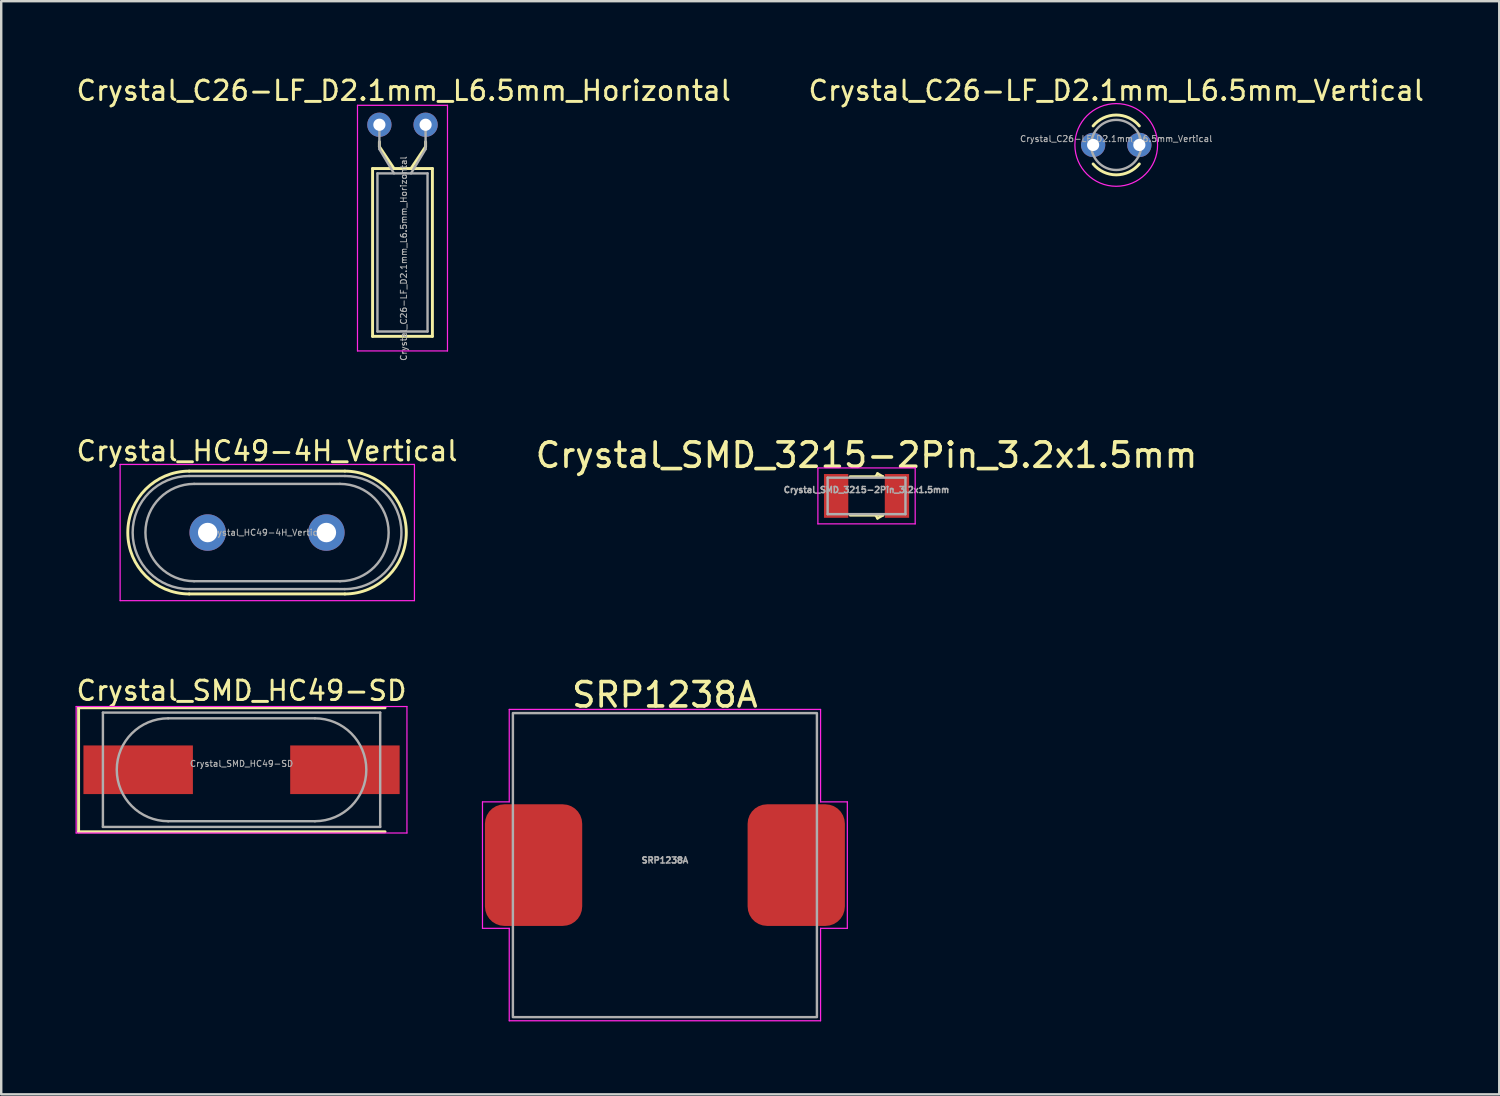
<source format=kicad_pcb>
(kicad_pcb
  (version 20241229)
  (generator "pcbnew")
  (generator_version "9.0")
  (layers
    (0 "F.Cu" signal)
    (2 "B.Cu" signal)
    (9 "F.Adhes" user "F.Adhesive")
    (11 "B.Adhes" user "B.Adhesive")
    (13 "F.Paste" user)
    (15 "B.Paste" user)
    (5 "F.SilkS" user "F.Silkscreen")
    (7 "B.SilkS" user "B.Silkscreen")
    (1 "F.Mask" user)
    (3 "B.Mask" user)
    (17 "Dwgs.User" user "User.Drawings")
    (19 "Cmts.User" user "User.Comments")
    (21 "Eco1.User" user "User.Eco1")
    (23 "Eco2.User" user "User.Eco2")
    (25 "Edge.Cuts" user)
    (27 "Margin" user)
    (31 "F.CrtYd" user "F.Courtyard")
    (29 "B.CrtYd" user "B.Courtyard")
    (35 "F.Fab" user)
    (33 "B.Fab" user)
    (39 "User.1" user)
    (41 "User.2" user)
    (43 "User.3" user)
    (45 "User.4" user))
  (footprint "Crystal_C26-LF_D2.1mm_L6.5mm_Vertical"
    (layer "F.Cu")
    (at 41.893 2.909)
    (property "Reference" "Crystal_C26-LF_D2.1mm_L6.5mm_Vertical" (at 0.95 -2.23 0) (layer "F.SilkS") (effects (font (size 0.8 0.8) (thickness 0.12))))
    (attr through_hole)
    (fp_arc (start 0 -0.781281) (mid 0.949655 -1.23) (end 1.899561 -0.781814) (stroke (width 0.12) (type solid)) (layer "F.SilkS"))
    (fp_arc (start 1.899561 0.781814) (mid 0.949655 1.23) (end 0 0.781281) (stroke (width 0.12) (type solid)) (layer "F.SilkS"))
    (fp_circle (center 0.95 0) (end 2.65 0) (stroke (width 0.05) (type solid)) (fill no) (layer "F.CrtYd"))
    (fp_circle (center 0.95 0) (end 1.98 0) (stroke (width 0.1) (type solid)) (fill no) (layer "F.Fab"))
    (fp_text user "${REFERENCE}" (at 0.95 -0.25 0) (layer "F.Fab") (effects (font (size 0.25 0.25) (thickness 0.04))))
    (pad "1" thru_hole circle (at 0 0) (size 1 1) (drill 0.5) (layers "*.Cu" "*.Mask"))
    (pad "2" thru_hole circle (at 1.9 0) (size 1 1) (drill 0.5) (layers "*.Cu" "*.Mask")))
  (footprint "Crystal_HC49-4H_Vertical"
    (layer "F.Cu")
    (at 5.489 18.845)
    (property "Reference" "Crystal_HC49-4H_Vertical" (at 2.44 -3.35 0) (layer "F.SilkS") (effects (font (size 0.8 0.8) (thickness 0.12))))
    (attr through_hole)
    (fp_line (start -0.76 -2.525) (end 5.64 -2.525) (stroke (width 0.12) (type solid)) (layer "F.SilkS"))
    (fp_line (start -0.76 2.525) (end 5.64 2.525) (stroke (width 0.12) (type solid)) (layer "F.SilkS"))
    (fp_arc (start -0.76 2.525) (mid -3.285 0) (end -0.76 -2.525) (stroke (width 0.12) (type solid)) (layer "F.SilkS"))
    (fp_arc (start 5.64 -2.525) (mid 8.165 0) (end 5.64 2.525) (stroke (width 0.12) (type solid)) (layer "F.SilkS"))
    (fp_line (start -3.6 -2.8) (end -3.6 2.8) (stroke (width 0.05) (type solid)) (layer "F.CrtYd"))
    (fp_line (start -3.6 2.8) (end 8.5 2.8) (stroke (width 0.05) (type solid)) (layer "F.CrtYd"))
    (fp_line (start 8.5 -2.8) (end -3.6 -2.8) (stroke (width 0.05) (type solid)) (layer "F.CrtYd"))
    (fp_line (start 8.5 2.8) (end 8.5 -2.8) (stroke (width 0.05) (type solid)) (layer "F.CrtYd"))
    (fp_line (start -0.76 -2.325) (end 5.64 -2.325) (stroke (width 0.1) (type solid)) (layer "F.Fab"))
    (fp_line (start -0.76 2.325) (end 5.64 2.325) (stroke (width 0.1) (type solid)) (layer "F.Fab"))
    (fp_line (start -0.56 -2) (end 5.44 -2) (stroke (width 0.1) (type solid)) (layer "F.Fab"))
    (fp_line (start -0.56 2) (end 5.44 2) (stroke (width 0.1) (type solid)) (layer "F.Fab"))
    (fp_arc (start -0.76 2.325) (mid -3.085 0) (end -0.76 -2.325) (stroke (width 0.1) (type solid)) (layer "F.Fab"))
    (fp_arc (start -0.56 2) (mid -2.56 0) (end -0.56 -2) (stroke (width 0.1) (type solid)) (layer "F.Fab"))
    (fp_arc (start 5.44 -2) (mid 7.44 0) (end 5.44 2) (stroke (width 0.1) (type solid)) (layer "F.Fab"))
    (fp_arc (start 5.64 -2.325) (mid 7.965 0) (end 5.64 2.325) (stroke (width 0.1) (type solid)) (layer "F.Fab"))
    (fp_text user "${REFERENCE}" (at 2.44 0 0) (layer "F.Fab") (effects (font (size 0.25 0.25) (thickness 0.04))))
    (pad "1" thru_hole circle (at 0 0) (size 1.5 1.5) (drill 0.8) (layers "*.Cu" "*.Mask"))
    (pad "2" thru_hole circle (at 4.88 0) (size 1.5 1.5) (drill 0.8) (layers "*.Cu" "*.Mask")))
  (footprint "Crystal_C26-LF_D2.1mm_L6.5mm_Horizontal"
    (layer "F.Cu")
    (at 12.548 2.079)
    (property "Reference" "Crystal_C26-LF_D2.1mm_L6.5mm_Horizontal" (at 1 -1.4 0) (layer "F.SilkS") (effects (font (size 0.8 0.8) (thickness 0.12))))
    (attr through_hole)
    (fp_line (start -0.28 1.8) (end -0.28 8.7) (stroke (width 0.12) (type solid)) (layer "F.SilkS"))
    (fp_line (start -0.28 8.7) (end 2.18 8.7) (stroke (width 0.12) (type solid)) (layer "F.SilkS"))
    (fp_line (start 0 0.9) (end 0 0.7) (stroke (width 0.12) (type solid)) (layer "F.SilkS"))
    (fp_line (start 0.6 1.8) (end 0 0.9) (stroke (width 0.12) (type solid)) (layer "F.SilkS"))
    (fp_line (start 1.3 1.8) (end 1.9 0.9) (stroke (width 0.12) (type solid)) (layer "F.SilkS"))
    (fp_line (start 1.9 0.9) (end 1.9 0.7) (stroke (width 0.12) (type solid)) (layer "F.SilkS"))
    (fp_line (start 2.18 1.8) (end -0.28 1.8) (stroke (width 0.12) (type solid)) (layer "F.SilkS"))
    (fp_line (start 2.18 8.7) (end 2.18 1.8) (stroke (width 0.12) (type solid)) (layer "F.SilkS"))
    (fp_line (start -0.9 -0.8) (end -0.9 9.3) (stroke (width 0.05) (type solid)) (layer "F.CrtYd"))
    (fp_line (start -0.9 9.3) (end 2.8 9.3) (stroke (width 0.05) (type solid)) (layer "F.CrtYd"))
    (fp_line (start 2.8 -0.8) (end -0.9 -0.8) (stroke (width 0.05) (type solid)) (layer "F.CrtYd"))
    (fp_line (start 2.8 9.3) (end 2.8 -0.8) (stroke (width 0.05) (type solid)) (layer "F.CrtYd"))
    (fp_line (start -0.08 2) (end -0.08 8.5) (stroke (width 0.1) (type solid)) (layer "F.Fab"))
    (fp_line (start -0.08 8.5) (end 1.98 8.5) (stroke (width 0.1) (type solid)) (layer "F.Fab"))
    (fp_line (start 0 1) (end 0 0) (stroke (width 0.1) (type solid)) (layer "F.Fab"))
    (fp_line (start 0.6 2) (end 0 1) (stroke (width 0.1) (type solid)) (layer "F.Fab"))
    (fp_line (start 1.3 2) (end 1.9 1) (stroke (width 0.1) (type solid)) (layer "F.Fab"))
    (fp_line (start 1.9 1) (end 1.9 0) (stroke (width 0.1) (type solid)) (layer "F.Fab"))
    (fp_line (start 1.98 2) (end -0.08 2) (stroke (width 0.1) (type solid)) (layer "F.Fab"))
    (fp_line (start 1.98 8.5) (end 1.98 2) (stroke (width 0.1) (type solid)) (layer "F.Fab"))
    (fp_text user "${REFERENCE}" (at 1 5.5 90) (layer "F.Fab") (effects (font (size 0.25 0.25) (thickness 0.04))))
    (pad "1" thru_hole circle (at 0 0) (size 1 1) (drill 0.5) (layers "*.Cu" "*.Mask"))
    (pad "2" thru_hole circle (at 1.9 0) (size 1 1) (drill 0.5) (layers "*.Cu" "*.Mask")))
  (footprint "Crystal_SMD_HC49-SD"
    (layer "F.Cu")
    (at 6.881 28.598)
    (property "Reference" "Crystal_SMD_HC49-SD" (at 0 -3.25 0) (layer "F.SilkS") (effects (font (size 0.8 0.8) (thickness 0.12))))
    (attr smd)
    (fp_line (start -6.7 -2.55) (end -6.7 2.55) (stroke (width 0.12) (type solid)) (layer "F.SilkS"))
    (fp_line (start -6.7 2.55) (end 5.9 2.55) (stroke (width 0.12) (type solid)) (layer "F.SilkS"))
    (fp_line (start 5.9 -2.55) (end -6.7 -2.55) (stroke (width 0.12) (type solid)) (layer "F.SilkS"))
    (fp_line (start -6.8 -2.6) (end -6.8 2.6) (stroke (width 0.05) (type solid)) (layer "F.CrtYd"))
    (fp_line (start -6.8 2.6) (end 6.8 2.6) (stroke (width 0.05) (type solid)) (layer "F.CrtYd"))
    (fp_line (start 6.8 -2.6) (end -6.8 -2.6) (stroke (width 0.05) (type solid)) (layer "F.CrtYd"))
    (fp_line (start 6.8 2.6) (end 6.8 -2.6) (stroke (width 0.05) (type solid)) (layer "F.CrtYd"))
    (fp_line (start -5.7 -2.35) (end -5.7 2.35) (stroke (width 0.1) (type solid)) (layer "F.Fab"))
    (fp_line (start -5.7 2.35) (end 5.7 2.35) (stroke (width 0.1) (type solid)) (layer "F.Fab"))
    (fp_line (start -3.015 -2.115) (end 3.015 -2.115) (stroke (width 0.1) (type solid)) (layer "F.Fab"))
    (fp_line (start -3.015 2.115) (end 3.015 2.115) (stroke (width 0.1) (type solid)) (layer "F.Fab"))
    (fp_line (start 5.7 -2.35) (end -5.7 -2.35) (stroke (width 0.1) (type solid)) (layer "F.Fab"))
    (fp_line (start 5.7 2.35) (end 5.7 -2.35) (stroke (width 0.1) (type solid)) (layer "F.Fab"))
    (fp_arc (start -3.015 2.115) (mid -5.13 0) (end -3.015 -2.115) (stroke (width 0.1) (type solid)) (layer "F.Fab"))
    (fp_arc (start 3.015 -2.115) (mid 5.13 0) (end 3.015 2.115) (stroke (width 0.1) (type solid)) (layer "F.Fab"))
    (fp_text user "${REFERENCE}" (at 0 -0.25 0) (layer "F.Fab") (effects (font (size 0.25 0.25) (thickness 0.04))))
    (pad "1" smd rect (at -4.25 0) (size 4.5 2) (layers "F.Cu" "F.Mask" "F.Paste"))
    (pad "2" smd rect (at 4.25 0) (size 4.5 2) (layers "F.Cu" "F.Mask" "F.Paste")))
  (footprint "SRP1238A"
    (layer "F.Cu")
    (at 24.287 32.518)
    (property "Reference" "SRP1238A" (at 0 -7 0) (unlocked yes) (layer "F.SilkS") (effects (font (size 1 1) (thickness 0.15))))
    (attr smd)
    (fp_line (start -7.5 -2.6) (end -6.4 -2.6) (stroke (width 0.05) (type solid)) (layer "F.CrtYd"))
    (fp_line (start -7.5 2.6) (end -7.5 -2.6) (stroke (width 0.05) (type solid)) (layer "F.CrtYd"))
    (fp_line (start -6.4 -6.4) (end 6.4 -6.4) (stroke (width 0.05) (type solid)) (layer "F.CrtYd"))
    (fp_line (start -6.4 -2.6) (end -6.4 -6.4) (stroke (width 0.05) (type solid)) (layer "F.CrtYd"))
    (fp_line (start -6.4 2.6) (end -7.5 2.6) (stroke (width 0.05) (type solid)) (layer "F.CrtYd"))
    (fp_line (start -6.4 6.4) (end -6.4 2.6) (stroke (width 0.05) (type solid)) (layer "F.CrtYd"))
    (fp_line (start 6.4 -6.4) (end 6.4 -2.6) (stroke (width 0.05) (type solid)) (layer "F.CrtYd"))
    (fp_line (start 6.4 -2.6) (end 7.5 -2.6) (stroke (width 0.05) (type solid)) (layer "F.CrtYd"))
    (fp_line (start 6.4 2.6) (end 6.4 6.4) (stroke (width 0.05) (type solid)) (layer "F.CrtYd"))
    (fp_line (start 6.4 6.4) (end -6.4 6.4) (stroke (width 0.05) (type solid)) (layer "F.CrtYd"))
    (fp_line (start 7.5 -2.6) (end 7.5 2.6) (stroke (width 0.05) (type solid)) (layer "F.CrtYd"))
    (fp_line (start 7.5 2.6) (end 6.4 2.6) (stroke (width 0.05) (type solid)) (layer "F.CrtYd"))
    (fp_rect (start -6.25 -6.25) (end 6.25 6.25) (stroke (width 0.1) (type solid)) (fill no) (layer "F.Fab"))
    (fp_text user "${REFERENCE}" (at 0 -0.2 0) (unlocked yes) (layer "F.Fab") (effects (font (size 0.25 0.25) (thickness 0.062))))
    (pad "1" smd roundrect (at -5.4 0) (size 4 5) (layers "F.Cu" "F.Mask" "F.Paste") (roundrect_rratio 0.2))
    (pad "2" smd roundrect (at 5.4 0) (size 4 5) (layers "F.Cu" "F.Mask" "F.Paste") (roundrect_rratio 0.2)))
  (footprint "Crystal_SMD_3215-2Pin_3.2x1.5mm"
    (layer "F.Cu")
    (at 32.577 17.339)
    (property "Reference" "Crystal_SMD_3215-2Pin_3.2x1.5mm" (at 0 -1.675 0) (layer "F.SilkS") (effects (font (size 1 1) (thickness 0.15))))
    (attr smd)
    (fp_line (start -0.675 -0.8) (end 0.675 -0.8) (stroke (width 0.1) (type solid)) (layer "F.SilkS"))
    (fp_line (start -0.675 0.8) (end 0.675 0.8) (stroke (width 0.1) (type solid)) (layer "F.SilkS"))
    (fp_line (start 0.45 -0.925) (end 0.375 -0.8) (stroke (width 0.1) (type solid)) (layer "F.SilkS"))
    (fp_line (start 0.45 0.925) (end 0.375 0.8) (stroke (width 0.1) (type solid)) (layer "F.SilkS"))
    (fp_line (start 0.675 -0.8) (end 0.45 -0.925) (stroke (width 0.1) (type solid)) (layer "F.SilkS"))
    (fp_line (start 0.675 0.8) (end 0.45 0.925) (stroke (width 0.1) (type solid)) (layer "F.SilkS"))
    (fp_line (start -2 -1.15) (end -2 1.15) (stroke (width 0.05) (type solid)) (layer "F.CrtYd"))
    (fp_line (start -2 -1.15) (end 2 -1.15) (stroke (width 0.05) (type solid)) (layer "F.CrtYd"))
    (fp_line (start -2 1.15) (end 2 1.15) (stroke (width 0.05) (type solid)) (layer "F.CrtYd"))
    (fp_line (start 2 -1.15) (end 2 1.15) (stroke (width 0.05) (type solid)) (layer "F.CrtYd"))
    (fp_line (start -1.6 -0.75) (end -1.6 0.75) (stroke (width 0.1) (type solid)) (layer "F.Fab"))
    (fp_line (start -1.6 -0.75) (end 1.6 -0.75) (stroke (width 0.1) (type solid)) (layer "F.Fab"))
    (fp_line (start -1.6 0.75) (end 1.6 0.75) (stroke (width 0.1) (type solid)) (layer "F.Fab"))
    (fp_line (start 1.6 -0.75) (end 1.6 0.75) (stroke (width 0.1) (type solid)) (layer "F.Fab"))
    (fp_text user "${REFERENCE}" (at 0 -0.25 0) (layer "F.Fab") (effects (font (size 0.25 0.25) (thickness 0.062))))
    (pad "1" smd rect (at 1.25 0) (size 1 1.8) (layers "F.Cu" "F.Mask" "F.Paste"))
    (pad "2" smd rect (at -1.25 0) (size 1 1.8) (layers "F.Cu" "F.Mask" "F.Paste")))
  (gr_rect
    (start -3 -3)
    (end 58.59 41.943)
    (stroke (width 0.1) (type default))
    (fill no)
    (layer "Edge.Cuts")))
</source>
